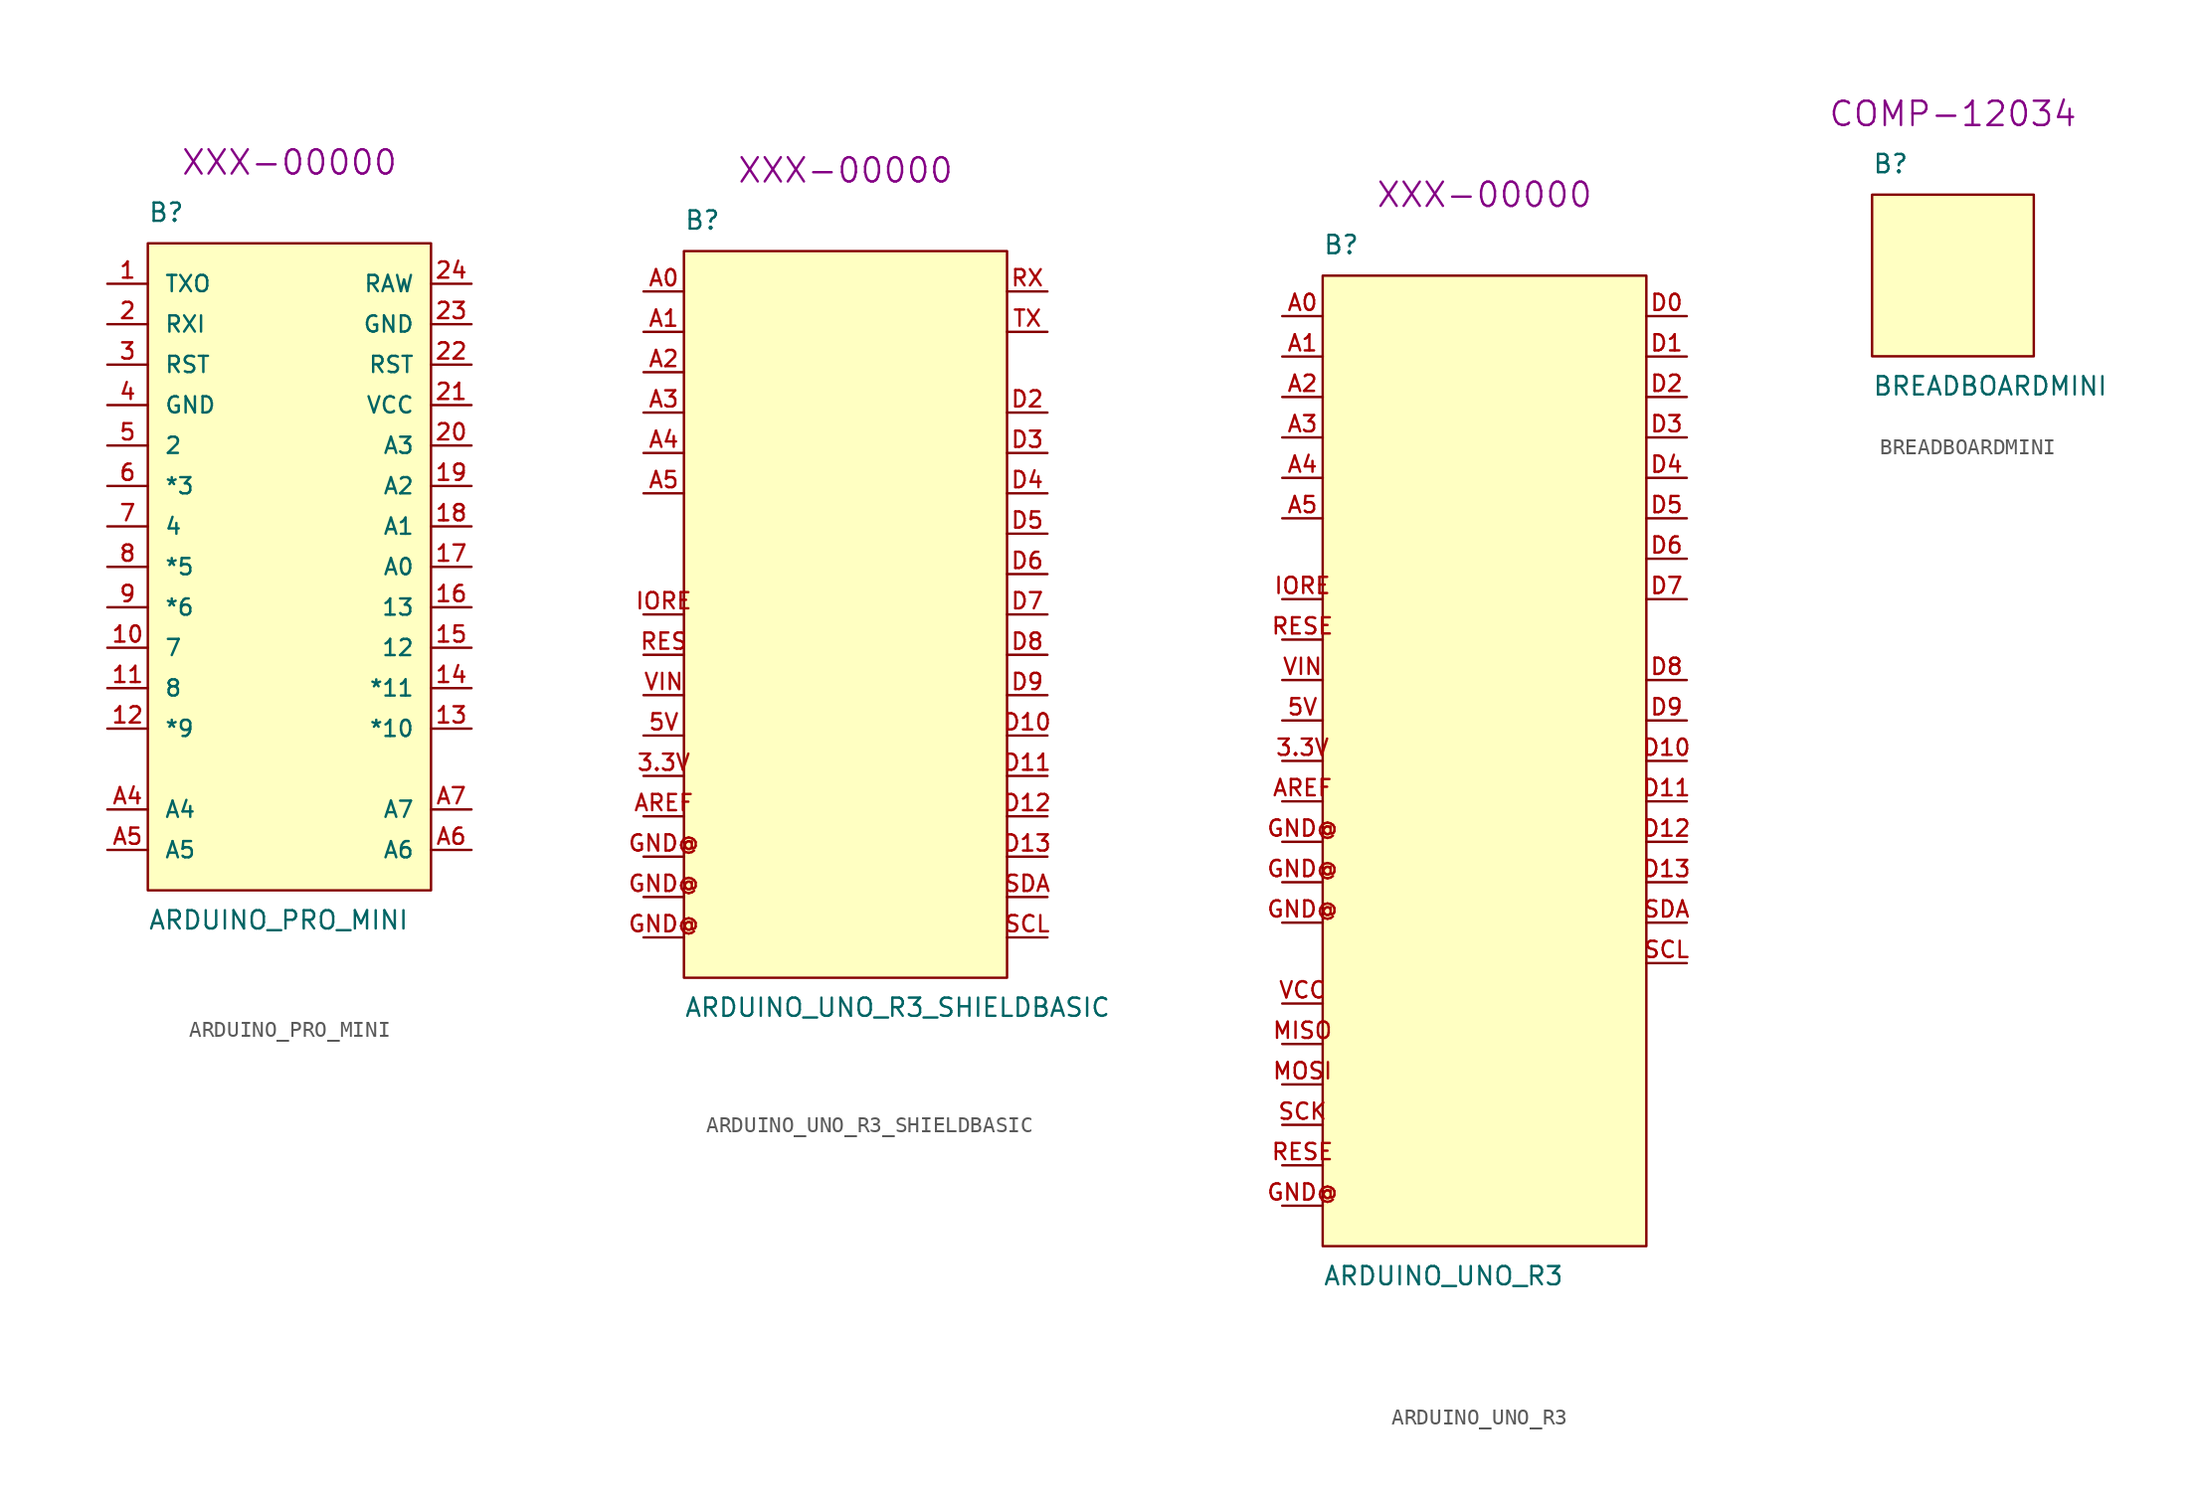
<source format=kicad_sym>
(kicad_symbol_lib
  (version 20220914)
  (generator kicad_symbol_editor)
  (symbol "ARDUINO_PRO_MINI"
    (pin_names
      (offset 1.016))
    (property "Reference" "B"
      (at -8.89 21.59 0)
      (effects (font (size 1.143 1.143)) (justify left bottom)))
    (property "Value" "ARDUINO_PRO_MINI"
      (at -8.89 -22.86 0)
      (effects (font (size 1.143 1.143)) (justify left bottom)))
    (property "Field4" "XXX-00000"
      (at 0 25.4 0)
      (effects (font (size 1.524 1.524))))
    (property "ki_locked" ""
      (at 0 0 0)
      (effects (font (size 1.27 1.27))))
    (symbol "ARDUINO_PRO_MINI_1_1"
      (polyline (pts (xy -8.89 20.32) (xy -8.89 -20.32) (xy 8.89 -20.32) (xy 8.89 20.32) (xy -8.89 20.32)) (stroke (width 0) (type solid)) (fill (type background)))
      (pin bidirectional line (at -11.43 17.78 0) (length 2.54) (name "TXO" (effects (font (size 1.016 1.016)))) (number "1" (effects (font (size 1.016 1.016)))))
      (pin bidirectional line (at -11.43 -5.08 0) (length 2.54) (name "7" (effects (font (size 1.016 1.016)))) (number "10" (effects (font (size 1.016 1.016)))))
      (pin bidirectional line (at -11.43 -7.62 0) (length 2.54) (name "8" (effects (font (size 1.016 1.016)))) (number "11" (effects (font (size 1.016 1.016)))))
      (pin bidirectional line (at -11.43 -10.16 0) (length 2.54) (name "*9" (effects (font (size 1.016 1.016)))) (number "12" (effects (font (size 1.016 1.016)))))
      (pin bidirectional line (at 11.43 -10.16 180) (length 2.54) (name "*10" (effects (font (size 1.016 1.016)))) (number "13" (effects (font (size 1.016 1.016)))))
      (pin bidirectional line (at 11.43 -7.62 180) (length 2.54) (name "*11" (effects (font (size 1.016 1.016)))) (number "14" (effects (font (size 1.016 1.016)))))
      (pin bidirectional line (at 11.43 -5.08 180) (length 2.54) (name "12" (effects (font (size 1.016 1.016)))) (number "15" (effects (font (size 1.016 1.016)))))
      (pin bidirectional line (at 11.43 -2.54 180) (length 2.54) (name "13" (effects (font (size 1.016 1.016)))) (number "16" (effects (font (size 1.016 1.016)))))
      (pin bidirectional line (at 11.43 0 180) (length 2.54) (name "A0" (effects (font (size 1.016 1.016)))) (number "17" (effects (font (size 1.016 1.016)))))
      (pin bidirectional line (at 11.43 2.54 180) (length 2.54) (name "A1" (effects (font (size 1.016 1.016)))) (number "18" (effects (font (size 1.016 1.016)))))
      (pin bidirectional line (at 11.43 5.08 180) (length 2.54) (name "A2" (effects (font (size 1.016 1.016)))) (number "19" (effects (font (size 1.016 1.016)))))
      (pin bidirectional line (at -11.43 15.24 0) (length 2.54) (name "RXI" (effects (font (size 1.016 1.016)))) (number "2" (effects (font (size 1.016 1.016)))))
      (pin bidirectional line (at 11.43 7.62 180) (length 2.54) (name "A3" (effects (font (size 1.016 1.016)))) (number "20" (effects (font (size 1.016 1.016)))))
      (pin power_in line (at 11.43 10.16 180) (length 2.54) (name "VCC" (effects (font (size 1.016 1.016)))) (number "21" (effects (font (size 1.016 1.016)))))
      (pin bidirectional line (at 11.43 12.7 180) (length 2.54) (name "RST" (effects (font (size 1.016 1.016)))) (number "22" (effects (font (size 1.016 1.016)))))
      (pin power_in line (at 11.43 15.24 180) (length 2.54) (name "GND" (effects (font (size 1.016 1.016)))) (number "23" (effects (font (size 1.016 1.016)))))
      (pin power_in line (at 11.43 17.78 180) (length 2.54) (name "RAW" (effects (font (size 1.016 1.016)))) (number "24" (effects (font (size 1.016 1.016)))))
      (pin bidirectional line (at -11.43 12.7 0) (length 2.54) (name "RST" (effects (font (size 1.016 1.016)))) (number "3" (effects (font (size 1.016 1.016)))))
      (pin power_in line (at -11.43 10.16 0) (length 2.54) (name "GND" (effects (font (size 1.016 1.016)))) (number "4" (effects (font (size 1.016 1.016)))))
      (pin bidirectional line (at -11.43 7.62 0) (length 2.54) (name "2" (effects (font (size 1.016 1.016)))) (number "5" (effects (font (size 1.016 1.016)))))
      (pin bidirectional line (at -11.43 5.08 0) (length 2.54) (name "*3" (effects (font (size 1.016 1.016)))) (number "6" (effects (font (size 1.016 1.016)))))
      (pin bidirectional line (at -11.43 2.54 0) (length 2.54) (name "4" (effects (font (size 1.016 1.016)))) (number "7" (effects (font (size 1.016 1.016)))))
      (pin bidirectional line (at -11.43 0 0) (length 2.54) (name "*5" (effects (font (size 1.016 1.016)))) (number "8" (effects (font (size 1.016 1.016)))))
      (pin bidirectional line (at -11.43 -2.54 0) (length 2.54) (name "*6" (effects (font (size 1.016 1.016)))) (number "9" (effects (font (size 1.016 1.016)))))
      (pin bidirectional line (at -11.43 -15.24 0) (length 2.54) (name "A4" (effects (font (size 1.016 1.016)))) (number "A4" (effects (font (size 1.016 1.016)))))
      (pin bidirectional line (at -11.43 -17.78 0) (length 2.54) (name "A5" (effects (font (size 1.016 1.016)))) (number "A5" (effects (font (size 1.016 1.016)))))
      (pin bidirectional line (at 11.43 -17.78 180) (length 2.54) (name "A6" (effects (font (size 1.016 1.016)))) (number "A6" (effects (font (size 1.016 1.016)))))
      (pin bidirectional line (at 11.43 -15.24 180) (length 2.54) (name "A7" (effects (font (size 1.016 1.016)))) (number "A7" (effects (font (size 1.016 1.016)))))))
  (symbol "ARDUINO_UNO_R3_SHIELDBASIC"
    (pin_names
      (offset 1.016) hide)
    (property "Reference" "B"
      (at -10.16 21.59 0)
      (effects (font (size 1.143 1.143)) (justify left bottom)))
    (property "Value" "ARDUINO_UNO_R3_SHIELDBASIC"
      (at -10.16 -27.94 0)
      (effects (font (size 1.143 1.143)) (justify left bottom)))
    (property "Field4" "XXX-00000"
      (at 0 25.4 0)
      (effects (font (size 1.524 1.524))))
    (property "ki_locked" ""
      (at 0 0 0)
      (effects (font (size 1.27 1.27))))
    (symbol "ARDUINO_UNO_R3_SHIELDBASIC_1_1"
      (polyline (pts (xy -10.16 -25.4) (xy -10.16 20.32) (xy 10.16 20.32) (xy 10.16 -25.4) (xy -10.16 -25.4)) (stroke (width 0) (type solid)) (fill (type background)))
      (pin bidirectional line (at -12.7 -12.7 0) (length 2.54) (name "3.3V" (effects (font (size 1.016 1.016)))) (number "3.3V" (effects (font (size 1.016 1.016)))))
      (pin bidirectional line (at -12.7 -10.16 0) (length 2.54) (name "5V" (effects (font (size 1.016 1.016)))) (number "5V" (effects (font (size 1.016 1.016)))))
      (pin bidirectional line (at -12.7 17.78 0) (length 2.54) (name "A0" (effects (font (size 1.016 1.016)))) (number "A0" (effects (font (size 1.016 1.016)))))
      (pin bidirectional line (at -12.7 15.24 0) (length 2.54) (name "A1" (effects (font (size 1.016 1.016)))) (number "A1" (effects (font (size 1.016 1.016)))))
      (pin bidirectional line (at -12.7 12.7 0) (length 2.54) (name "A2" (effects (font (size 1.016 1.016)))) (number "A2" (effects (font (size 1.016 1.016)))))
      (pin bidirectional line (at -12.7 10.16 0) (length 2.54) (name "A3" (effects (font (size 1.016 1.016)))) (number "A3" (effects (font (size 1.016 1.016)))))
      (pin bidirectional line (at -12.7 7.62 0) (length 2.54) (name "A4" (effects (font (size 1.016 1.016)))) (number "A4" (effects (font (size 1.016 1.016)))))
      (pin bidirectional line (at -12.7 5.08 0) (length 2.54) (name "A5" (effects (font (size 1.016 1.016)))) (number "A5" (effects (font (size 1.016 1.016)))))
      (pin bidirectional line (at -12.7 -15.24 0) (length 2.54) (name "AREF" (effects (font (size 1.016 1.016)))) (number "AREF" (effects (font (size 1.016 1.016)))))
      (pin bidirectional line (at 12.7 -10.16 180) (length 2.54) (name "*D10" (effects (font (size 1.016 1.016)))) (number "D10" (effects (font (size 1.016 1.016)))))
      (pin bidirectional line (at 12.7 -12.7 180) (length 2.54) (name "*D11" (effects (font (size 1.016 1.016)))) (number "D11" (effects (font (size 1.016 1.016)))))
      (pin bidirectional line (at 12.7 -15.24 180) (length 2.54) (name "D12" (effects (font (size 1.016 1.016)))) (number "D12" (effects (font (size 1.016 1.016)))))
      (pin bidirectional line (at 12.7 -17.78 180) (length 2.54) (name "D13" (effects (font (size 1.016 1.016)))) (number "D13" (effects (font (size 1.016 1.016)))))
      (pin bidirectional line (at 12.7 10.16 180) (length 2.54) (name "D2" (effects (font (size 1.016 1.016)))) (number "D2" (effects (font (size 1.016 1.016)))))
      (pin bidirectional line (at 12.7 7.62 180) (length 2.54) (name "*D3" (effects (font (size 1.016 1.016)))) (number "D3" (effects (font (size 1.016 1.016)))))
      (pin bidirectional line (at 12.7 5.08 180) (length 2.54) (name "D4" (effects (font (size 1.016 1.016)))) (number "D4" (effects (font (size 1.016 1.016)))))
      (pin bidirectional line (at 12.7 2.54 180) (length 2.54) (name "*D5" (effects (font (size 1.016 1.016)))) (number "D5" (effects (font (size 1.016 1.016)))))
      (pin bidirectional line (at 12.7 0 180) (length 2.54) (name "*D6" (effects (font (size 1.016 1.016)))) (number "D6" (effects (font (size 1.016 1.016)))))
      (pin bidirectional line (at 12.7 -2.54 180) (length 2.54) (name "D7" (effects (font (size 1.016 1.016)))) (number "D7" (effects (font (size 1.016 1.016)))))
      (pin bidirectional line (at 12.7 -5.08 180) (length 2.54) (name "D8" (effects (font (size 1.016 1.016)))) (number "D8" (effects (font (size 1.016 1.016)))))
      (pin bidirectional line (at 12.7 -7.62 180) (length 2.54) (name "*D9" (effects (font (size 1.016 1.016)))) (number "D9" (effects (font (size 1.016 1.016)))))
      (pin bidirectional line (at -12.7 -22.86 0) (length 2.54) (name "GND" (effects (font (size 1.016 1.016)))) (number "GND@" (effects (font (size 1.016 1.016)))))
      (pin bidirectional line (at -12.7 -20.32 0) (length 2.54) (name "GND" (effects (font (size 1.016 1.016)))) (number "GND@" (effects (font (size 1.016 1.016)))))
      (pin bidirectional line (at -12.7 -17.78 0) (length 2.54) (name "GND" (effects (font (size 1.016 1.016)))) (number "GND@" (effects (font (size 1.016 1.016)))))
      (pin bidirectional line (at -12.7 -2.54 0) (length 2.54) (name "IOREF" (effects (font (size 1.016 1.016)))) (number "IORE" (effects (font (size 1.016 1.016)))))
      (pin bidirectional line (at -12.7 -5.08 0) (length 2.54) (name "RES" (effects (font (size 1.016 1.016)))) (number "RES" (effects (font (size 1.016 1.016)))))
      (pin bidirectional line (at 12.7 17.78 180) (length 2.54) (name "RX" (effects (font (size 1.016 1.016)))) (number "RX" (effects (font (size 1.016 1.016)))))
      (pin bidirectional line (at 12.7 -22.86 180) (length 2.54) (name "SCL" (effects (font (size 1.016 1.016)))) (number "SCL" (effects (font (size 1.016 1.016)))))
      (pin bidirectional line (at 12.7 -20.32 180) (length 2.54) (name "SDA" (effects (font (size 1.016 1.016)))) (number "SDA" (effects (font (size 1.016 1.016)))))
      (pin bidirectional line (at 12.7 15.24 180) (length 2.54) (name "TX" (effects (font (size 1.016 1.016)))) (number "TX" (effects (font (size 1.016 1.016)))))
      (pin bidirectional line (at -12.7 -7.62 0) (length 2.54) (name "VIN" (effects (font (size 1.016 1.016)))) (number "VIN" (effects (font (size 1.016 1.016)))))))
  (symbol "ARDUINO_UNO_R3"
    (pin_names
      (offset 1.016) hide)
    (property "Reference" "B"
      (at -10.16 31.75 0)
      (effects (font (size 1.143 1.143)) (justify left bottom)))
    (property "Value" "ARDUINO_UNO_R3"
      (at -10.16 -33.02 0)
      (effects (font (size 1.143 1.143)) (justify left bottom)))
    (property "Field4" "XXX-00000"
      (at 0 35.56 0)
      (effects (font (size 1.524 1.524))))
    (property "ki_locked" ""
      (at 0 0 0)
      (effects (font (size 1.27 1.27))))
    (symbol "ARDUINO_UNO_R3_1_1"
      (polyline (pts (xy -10.16 -30.48) (xy -10.16 30.48) (xy 10.16 30.48) (xy 10.16 -30.48) (xy -10.16 -30.48)) (stroke (width 0) (type solid)) (fill (type background)))
      (pin bidirectional line (at -12.7 0 0) (length 2.54) (name "3.3V" (effects (font (size 1.016 1.016)))) (number "3.3V" (effects (font (size 1.016 1.016)))))
      (pin bidirectional line (at -12.7 2.54 0) (length 2.54) (name "5V" (effects (font (size 1.016 1.016)))) (number "5V" (effects (font (size 1.016 1.016)))))
      (pin bidirectional line (at -12.7 27.94 0) (length 2.54) (name "A0" (effects (font (size 1.016 1.016)))) (number "A0" (effects (font (size 1.016 1.016)))))
      (pin bidirectional line (at -12.7 25.4 0) (length 2.54) (name "A1" (effects (font (size 1.016 1.016)))) (number "A1" (effects (font (size 1.016 1.016)))))
      (pin bidirectional line (at -12.7 22.86 0) (length 2.54) (name "A2" (effects (font (size 1.016 1.016)))) (number "A2" (effects (font (size 1.016 1.016)))))
      (pin bidirectional line (at -12.7 20.32 0) (length 2.54) (name "A3" (effects (font (size 1.016 1.016)))) (number "A3" (effects (font (size 1.016 1.016)))))
      (pin bidirectional line (at -12.7 17.78 0) (length 2.54) (name "A4" (effects (font (size 1.016 1.016)))) (number "A4" (effects (font (size 1.016 1.016)))))
      (pin bidirectional line (at -12.7 15.24 0) (length 2.54) (name "A5" (effects (font (size 1.016 1.016)))) (number "A5" (effects (font (size 1.016 1.016)))))
      (pin bidirectional line (at -12.7 -2.54 0) (length 2.54) (name "AREF" (effects (font (size 1.016 1.016)))) (number "AREF" (effects (font (size 1.016 1.016)))))
      (pin bidirectional line (at 12.7 27.94 180) (length 2.54) (name "D0" (effects (font (size 1.016 1.016)))) (number "D0" (effects (font (size 1.016 1.016)))))
      (pin bidirectional line (at 12.7 25.4 180) (length 2.54) (name "D1" (effects (font (size 1.016 1.016)))) (number "D1" (effects (font (size 1.016 1.016)))))
      (pin bidirectional line (at 12.7 0 180) (length 2.54) (name "*D10" (effects (font (size 1.016 1.016)))) (number "D10" (effects (font (size 1.016 1.016)))))
      (pin bidirectional line (at 12.7 -2.54 180) (length 2.54) (name "*D11" (effects (font (size 1.016 1.016)))) (number "D11" (effects (font (size 1.016 1.016)))))
      (pin bidirectional line (at 12.7 -5.08 180) (length 2.54) (name "D12" (effects (font (size 1.016 1.016)))) (number "D12" (effects (font (size 1.016 1.016)))))
      (pin bidirectional line (at 12.7 -7.62 180) (length 2.54) (name "D13" (effects (font (size 1.016 1.016)))) (number "D13" (effects (font (size 1.016 1.016)))))
      (pin bidirectional line (at 12.7 22.86 180) (length 2.54) (name "D2" (effects (font (size 1.016 1.016)))) (number "D2" (effects (font (size 1.016 1.016)))))
      (pin bidirectional line (at 12.7 20.32 180) (length 2.54) (name "*D3" (effects (font (size 1.016 1.016)))) (number "D3" (effects (font (size 1.016 1.016)))))
      (pin bidirectional line (at 12.7 17.78 180) (length 2.54) (name "D4" (effects (font (size 1.016 1.016)))) (number "D4" (effects (font (size 1.016 1.016)))))
      (pin bidirectional line (at 12.7 15.24 180) (length 2.54) (name "*D5" (effects (font (size 1.016 1.016)))) (number "D5" (effects (font (size 1.016 1.016)))))
      (pin bidirectional line (at 12.7 12.7 180) (length 2.54) (name "*D6" (effects (font (size 1.016 1.016)))) (number "D6" (effects (font (size 1.016 1.016)))))
      (pin bidirectional line (at 12.7 10.16 180) (length 2.54) (name "D7" (effects (font (size 1.016 1.016)))) (number "D7" (effects (font (size 1.016 1.016)))))
      (pin bidirectional line (at 12.7 5.08 180) (length 2.54) (name "D8" (effects (font (size 1.016 1.016)))) (number "D8" (effects (font (size 1.016 1.016)))))
      (pin bidirectional line (at 12.7 2.54 180) (length 2.54) (name "*D9" (effects (font (size 1.016 1.016)))) (number "D9" (effects (font (size 1.016 1.016)))))
      (pin bidirectional line (at -12.7 -27.94 0) (length 2.54) (name "GND" (effects (font (size 1.016 1.016)))) (number "GND@" (effects (font (size 1.016 1.016)))))
      (pin bidirectional line (at -12.7 -10.16 0) (length 2.54) (name "GND" (effects (font (size 1.016 1.016)))) (number "GND@" (effects (font (size 1.016 1.016)))))
      (pin bidirectional line (at -12.7 -7.62 0) (length 2.54) (name "GND" (effects (font (size 1.016 1.016)))) (number "GND@" (effects (font (size 1.016 1.016)))))
      (pin bidirectional line (at -12.7 -5.08 0) (length 2.54) (name "GND" (effects (font (size 1.016 1.016)))) (number "GND@" (effects (font (size 1.016 1.016)))))
      (pin bidirectional line (at -12.7 10.16 0) (length 2.54) (name "IOREF" (effects (font (size 1.016 1.016)))) (number "IORE" (effects (font (size 1.016 1.016)))))
      (pin bidirectional line (at -12.7 -17.78 0) (length 2.54) (name "MISO" (effects (font (size 1.016 1.016)))) (number "MISO" (effects (font (size 1.016 1.016)))))
      (pin bidirectional line (at -12.7 -20.32 0) (length 2.54) (name "MOSI" (effects (font (size 1.016 1.016)))) (number "MOSI" (effects (font (size 1.016 1.016)))))
      (pin bidirectional line (at -12.7 -25.4 0) (length 2.54) (name "~{RESET}" (effects (font (size 1.016 1.016)))) (number "RESE" (effects (font (size 1.016 1.016)))))
      (pin bidirectional line (at -12.7 7.62 0) (length 2.54) (name "~{RESET}" (effects (font (size 1.016 1.016)))) (number "RESE" (effects (font (size 1.016 1.016)))))
      (pin bidirectional line (at -12.7 -22.86 0) (length 2.54) (name "SCK" (effects (font (size 1.016 1.016)))) (number "SCK" (effects (font (size 1.016 1.016)))))
      (pin bidirectional line (at 12.7 -12.7 180) (length 2.54) (name "SCL" (effects (font (size 1.016 1.016)))) (number "SCL" (effects (font (size 1.016 1.016)))))
      (pin bidirectional line (at 12.7 -10.16 180) (length 2.54) (name "SDA" (effects (font (size 1.016 1.016)))) (number "SDA" (effects (font (size 1.016 1.016)))))
      (pin bidirectional line (at -12.7 -15.24 0) (length 2.54) (name "VCC" (effects (font (size 1.016 1.016)))) (number "VCC" (effects (font (size 1.016 1.016)))))
      (pin bidirectional line (at -12.7 5.08 0) (length 2.54) (name "VIN" (effects (font (size 1.016 1.016)))) (number "VIN" (effects (font (size 1.016 1.016)))))))
  (symbol "BREADBOARDMINI"
    (pin_numbers hide)
    (pin_names
      (offset 1.016) hide)
    (property "Reference" "B"
      (at -5.08 6.35 0)
      (effects (font (size 1.143 1.143)) (justify left bottom)))
    (property "Value" "BREADBOARDMINI"
      (at -5.08 -7.62 0)
      (effects (font (size 1.143 1.143)) (justify left bottom)))
    (property "Field4" "COMP-12034"
      (at 0 10.16 0)
      (effects (font (size 1.524 1.524))))
    (property "ki_locked" ""
      (at 0 0 0)
      (effects (font (size 1.27 1.27))))
    (symbol "BREADBOARDMINI_1_1"
      (polyline (pts (xy -5.08 5.08) (xy -5.08 -5.08) (xy 5.08 -5.08) (xy 5.08 5.08) (xy -5.08 5.08)) (stroke (width 0) (type solid)) (fill (type background))))))
</source>
